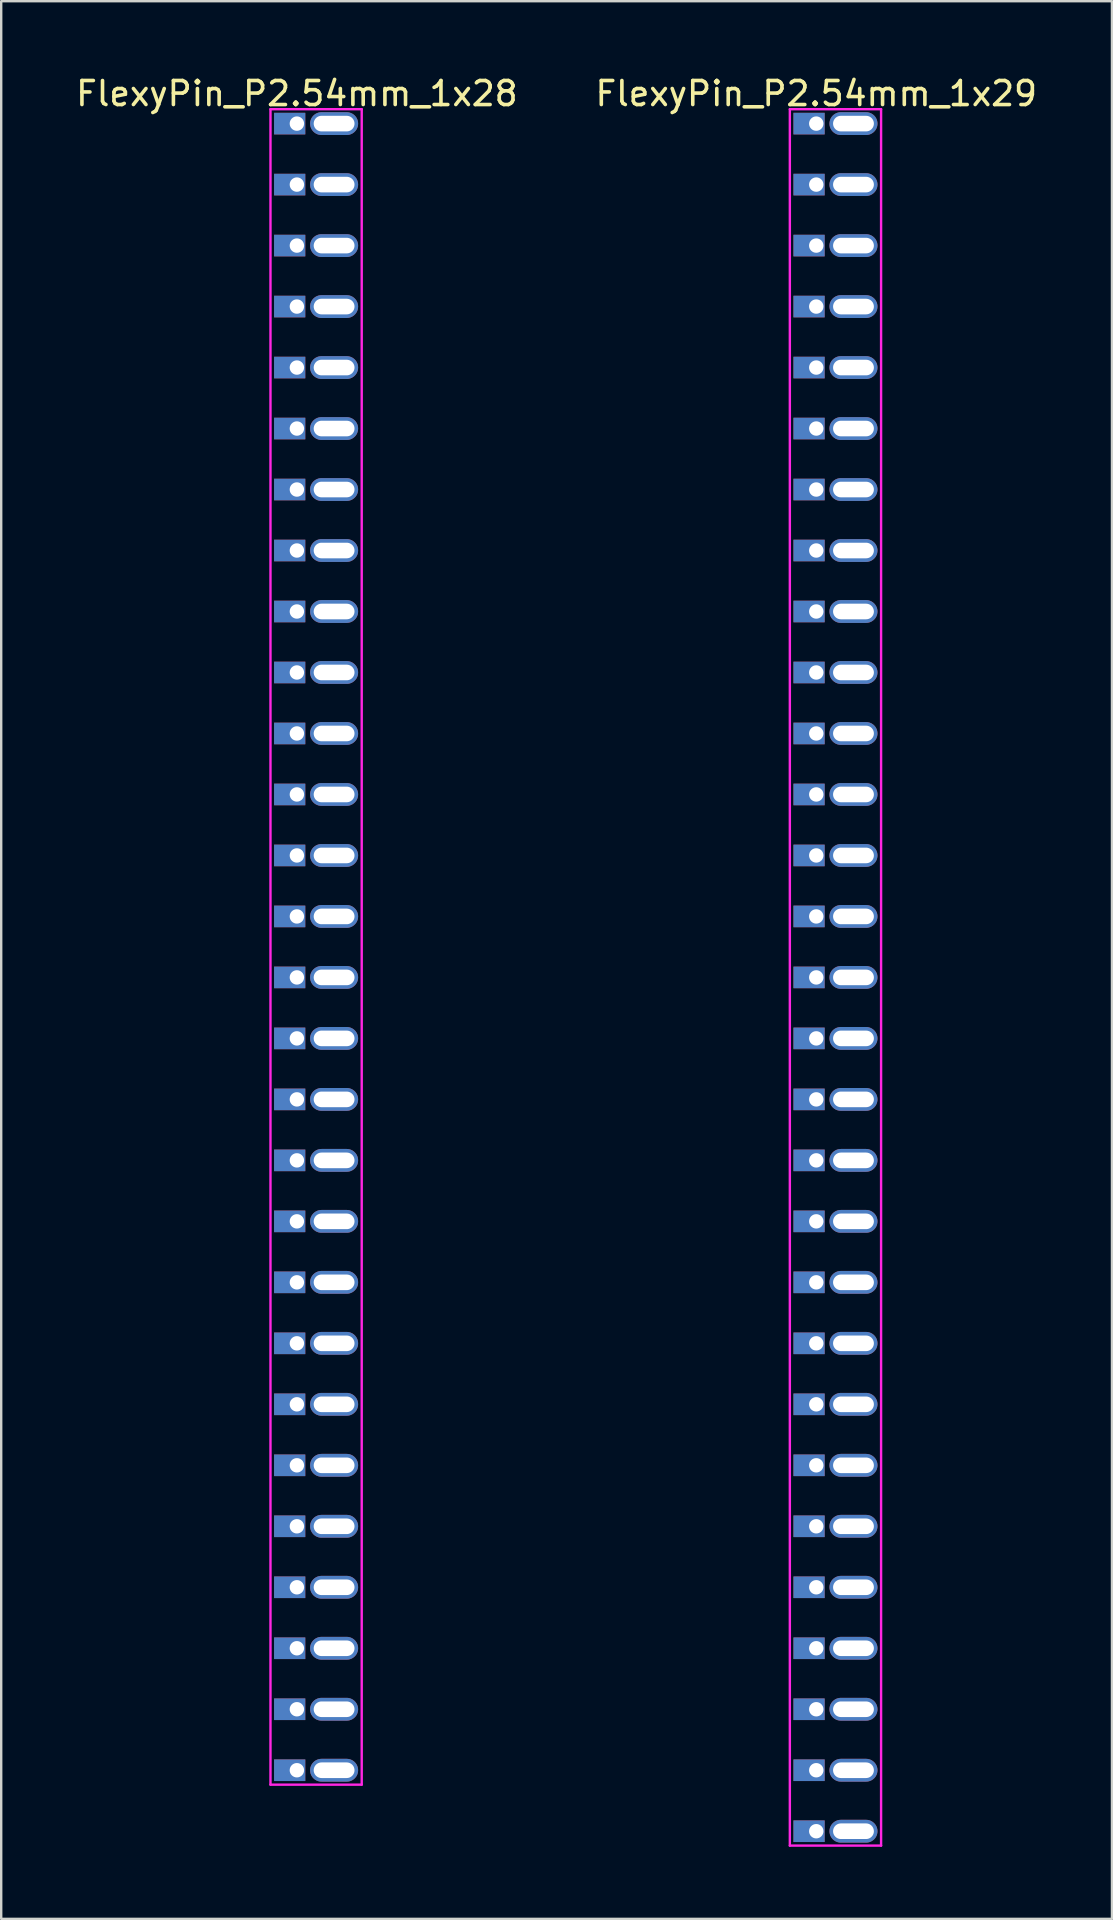
<source format=kicad_pcb>
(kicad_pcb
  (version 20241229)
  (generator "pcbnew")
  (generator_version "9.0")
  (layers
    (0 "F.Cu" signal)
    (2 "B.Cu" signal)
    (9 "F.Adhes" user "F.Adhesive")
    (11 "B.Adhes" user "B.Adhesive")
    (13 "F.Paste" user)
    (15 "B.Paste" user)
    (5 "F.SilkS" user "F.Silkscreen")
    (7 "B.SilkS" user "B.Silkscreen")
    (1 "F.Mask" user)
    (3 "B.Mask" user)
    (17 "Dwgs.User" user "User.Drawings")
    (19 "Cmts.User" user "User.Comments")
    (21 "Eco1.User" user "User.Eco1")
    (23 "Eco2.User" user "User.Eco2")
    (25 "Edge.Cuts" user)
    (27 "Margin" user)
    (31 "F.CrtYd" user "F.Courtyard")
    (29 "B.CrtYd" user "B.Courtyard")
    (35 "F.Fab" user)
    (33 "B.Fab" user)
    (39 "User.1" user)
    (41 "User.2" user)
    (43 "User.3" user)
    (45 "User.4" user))
  (footprint "FlexyPin_P2.54mm_1x29"
    (layer "F.Cu")
    (at 30.946 2.098)
    (property "Reference" "FlexyPin_P2.54mm_1x29" (at 0 -1.25 0) (layer "F.SilkS") (effects (font (size 1 1) (thickness 0.15))))
    (attr through_hole)
    (fp_line (start -1.1 -0.6) (end 2.7 -0.6) (stroke (width 0.1) (type solid)) (layer "F.CrtYd"))
    (fp_line (start -1.1 71.72) (end -1.1 -0.6) (stroke (width 0.1) (type solid)) (layer "F.CrtYd"))
    (fp_line (start 2.7 -0.6) (end 2.7 71.72) (stroke (width 0.1) (type solid)) (layer "F.CrtYd"))
    (fp_line (start 2.7 71.72) (end -1.1 71.72) (stroke (width 0.1) (type solid)) (layer "F.CrtYd"))
    (pad "" thru_hole oval (at 1.55 0) (size 2 0.95) (drill oval 1.7 0.65) (layers "*.Cu" "*.Mask"))
    (pad "" thru_hole oval (at 1.55 2.54) (size 2 0.95) (drill oval 1.7 0.65) (layers "*.Cu" "*.Mask"))
    (pad "" thru_hole oval (at 1.55 5.08) (size 2 0.95) (drill oval 1.7 0.65) (layers "*.Cu" "*.Mask"))
    (pad "" thru_hole oval (at 1.55 7.62) (size 2 0.95) (drill oval 1.7 0.65) (layers "*.Cu" "*.Mask"))
    (pad "" thru_hole oval (at 1.55 10.16) (size 2 0.95) (drill oval 1.7 0.65) (layers "*.Cu" "*.Mask"))
    (pad "" thru_hole oval (at 1.55 12.7) (size 2 0.95) (drill oval 1.7 0.65) (layers "*.Cu" "*.Mask"))
    (pad "" thru_hole oval (at 1.55 15.24) (size 2 0.95) (drill oval 1.7 0.65) (layers "*.Cu" "*.Mask"))
    (pad "" thru_hole oval (at 1.55 17.78) (size 2 0.95) (drill oval 1.7 0.65) (layers "*.Cu" "*.Mask"))
    (pad "" thru_hole oval (at 1.55 20.32) (size 2 0.95) (drill oval 1.7 0.65) (layers "*.Cu" "*.Mask"))
    (pad "" thru_hole oval (at 1.55 22.86) (size 2 0.95) (drill oval 1.7 0.65) (layers "*.Cu" "*.Mask"))
    (pad "" thru_hole oval (at 1.55 25.4) (size 2 0.95) (drill oval 1.7 0.65) (layers "*.Cu" "*.Mask"))
    (pad "" thru_hole oval (at 1.55 27.94) (size 2 0.95) (drill oval 1.7 0.65) (layers "*.Cu" "*.Mask"))
    (pad "" thru_hole oval (at 1.55 30.48) (size 2 0.95) (drill oval 1.7 0.65) (layers "*.Cu" "*.Mask"))
    (pad "" thru_hole oval (at 1.55 33.02) (size 2 0.95) (drill oval 1.7 0.65) (layers "*.Cu" "*.Mask"))
    (pad "" thru_hole oval (at 1.55 35.56) (size 2 0.95) (drill oval 1.7 0.65) (layers "*.Cu" "*.Mask"))
    (pad "" thru_hole oval (at 1.55 38.1) (size 2 0.95) (drill oval 1.7 0.65) (layers "*.Cu" "*.Mask"))
    (pad "" thru_hole oval (at 1.55 40.64) (size 2 0.95) (drill oval 1.7 0.65) (layers "*.Cu" "*.Mask"))
    (pad "" thru_hole oval (at 1.55 43.18) (size 2 0.95) (drill oval 1.7 0.65) (layers "*.Cu" "*.Mask"))
    (pad "" thru_hole oval (at 1.55 45.72) (size 2 0.95) (drill oval 1.7 0.65) (layers "*.Cu" "*.Mask"))
    (pad "" thru_hole oval (at 1.55 48.26) (size 2 0.95) (drill oval 1.7 0.65) (layers "*.Cu" "*.Mask"))
    (pad "" thru_hole oval (at 1.55 50.8) (size 2 0.95) (drill oval 1.7 0.65) (layers "*.Cu" "*.Mask"))
    (pad "" thru_hole oval (at 1.55 53.34) (size 2 0.95) (drill oval 1.7 0.65) (layers "*.Cu" "*.Mask"))
    (pad "" thru_hole oval (at 1.55 55.88) (size 2 0.95) (drill oval 1.7 0.65) (layers "*.Cu" "*.Mask"))
    (pad "" thru_hole oval (at 1.55 58.42) (size 2 0.95) (drill oval 1.7 0.65) (layers "*.Cu" "*.Mask"))
    (pad "" thru_hole oval (at 1.55 60.96) (size 2 0.95) (drill oval 1.7 0.65) (layers "*.Cu" "*.Mask"))
    (pad "" thru_hole oval (at 1.55 63.5) (size 2 0.95) (drill oval 1.7 0.65) (layers "*.Cu" "*.Mask"))
    (pad "" thru_hole oval (at 1.55 66.04) (size 2 0.95) (drill oval 1.7 0.65) (layers "*.Cu" "*.Mask"))
    (pad "" thru_hole oval (at 1.55 68.58) (size 2 0.95) (drill oval 1.7 0.65) (layers "*.Cu" "*.Mask"))
    (pad "" thru_hole oval (at 1.55 71.12) (size 2 0.95) (drill oval 1.7 0.65) (layers "*.Cu" "*.Mask"))
    (pad "1" thru_hole rect (at 0 0) (size 1.3 0.9) (drill 0.6 (offset -0.3 0)) (layers "*.Cu" "*.Mask"))
    (pad "2" thru_hole rect (at 0 2.54) (size 1.3 0.9) (drill 0.6 (offset -0.3 0)) (layers "*.Cu" "*.Mask"))
    (pad "3" thru_hole rect (at 0 5.08) (size 1.3 0.9) (drill 0.6 (offset -0.3 0)) (layers "*.Cu" "*.Mask"))
    (pad "4" thru_hole rect (at 0 7.62) (size 1.3 0.9) (drill 0.6 (offset -0.3 0)) (layers "*.Cu" "*.Mask"))
    (pad "5" thru_hole rect (at 0 10.16) (size 1.3 0.9) (drill 0.6 (offset -0.3 0)) (layers "*.Cu" "*.Mask"))
    (pad "6" thru_hole rect (at 0 12.7) (size 1.3 0.9) (drill 0.6 (offset -0.3 0)) (layers "*.Cu" "*.Mask"))
    (pad "7" thru_hole rect (at 0 15.24) (size 1.3 0.9) (drill 0.6 (offset -0.3 0)) (layers "*.Cu" "*.Mask"))
    (pad "8" thru_hole rect (at 0 17.78) (size 1.3 0.9) (drill 0.6 (offset -0.3 0)) (layers "*.Cu" "*.Mask"))
    (pad "9" thru_hole rect (at 0 20.32) (size 1.3 0.9) (drill 0.6 (offset -0.3 0)) (layers "*.Cu" "*.Mask"))
    (pad "10" thru_hole rect (at 0 22.86) (size 1.3 0.9) (drill 0.6 (offset -0.3 0)) (layers "*.Cu" "*.Mask"))
    (pad "11" thru_hole rect (at 0 25.4) (size 1.3 0.9) (drill 0.6 (offset -0.3 0)) (layers "*.Cu" "*.Mask"))
    (pad "12" thru_hole rect (at 0 27.94) (size 1.3 0.9) (drill 0.6 (offset -0.3 0)) (layers "*.Cu" "*.Mask"))
    (pad "13" thru_hole rect (at 0 30.48) (size 1.3 0.9) (drill 0.6 (offset -0.3 0)) (layers "*.Cu" "*.Mask"))
    (pad "14" thru_hole rect (at 0 33.02) (size 1.3 0.9) (drill 0.6 (offset -0.3 0)) (layers "*.Cu" "*.Mask"))
    (pad "15" thru_hole rect (at 0 35.56) (size 1.3 0.9) (drill 0.6 (offset -0.3 0)) (layers "*.Cu" "*.Mask"))
    (pad "16" thru_hole rect (at 0 38.1) (size 1.3 0.9) (drill 0.6 (offset -0.3 0)) (layers "*.Cu" "*.Mask"))
    (pad "17" thru_hole rect (at 0 40.64) (size 1.3 0.9) (drill 0.6 (offset -0.3 0)) (layers "*.Cu" "*.Mask"))
    (pad "18" thru_hole rect (at 0 43.18) (size 1.3 0.9) (drill 0.6 (offset -0.3 0)) (layers "*.Cu" "*.Mask"))
    (pad "19" thru_hole rect (at 0 45.72) (size 1.3 0.9) (drill 0.6 (offset -0.3 0)) (layers "*.Cu" "*.Mask"))
    (pad "20" thru_hole rect (at 0 48.26) (size 1.3 0.9) (drill 0.6 (offset -0.3 0)) (layers "*.Cu" "*.Mask"))
    (pad "21" thru_hole rect (at 0 50.8) (size 1.3 0.9) (drill 0.6 (offset -0.3 0)) (layers "*.Cu" "*.Mask"))
    (pad "22" thru_hole rect (at 0 53.34) (size 1.3 0.9) (drill 0.6 (offset -0.3 0)) (layers "*.Cu" "*.Mask"))
    (pad "23" thru_hole rect (at 0 55.88) (size 1.3 0.9) (drill 0.6 (offset -0.3 0)) (layers "*.Cu" "*.Mask"))
    (pad "24" thru_hole rect (at 0 58.42) (size 1.3 0.9) (drill 0.6 (offset -0.3 0)) (layers "*.Cu" "*.Mask"))
    (pad "25" thru_hole rect (at 0 60.96) (size 1.3 0.9) (drill 0.6 (offset -0.3 0)) (layers "*.Cu" "*.Mask"))
    (pad "26" thru_hole rect (at 0 63.5) (size 1.3 0.9) (drill 0.6 (offset -0.3 0)) (layers "*.Cu" "*.Mask"))
    (pad "27" thru_hole rect (at 0 66.04) (size 1.3 0.9) (drill 0.6 (offset -0.3 0)) (layers "*.Cu" "*.Mask"))
    (pad "28" thru_hole rect (at 0 68.58) (size 1.3 0.9) (drill 0.6 (offset -0.3 0)) (layers "*.Cu" "*.Mask"))
    (pad "29" thru_hole rect (at 0 71.12) (size 1.3 0.9) (drill 0.6 (offset -0.3 0)) (layers "*.Cu" "*.Mask")))
  (footprint "FlexyPin_P2.54mm_1x28"
    (layer "F.Cu")
    (at 9.315 2.098)
    (property "Reference" "FlexyPin_P2.54mm_1x28" (at 0 -1.25 0) (layer "F.SilkS") (effects (font (size 1 1) (thickness 0.15))))
    (attr through_hole)
    (fp_line (start -1.1 -0.6) (end 2.7 -0.6) (stroke (width 0.1) (type solid)) (layer "F.CrtYd"))
    (fp_line (start -1.1 69.18) (end -1.1 -0.6) (stroke (width 0.1) (type solid)) (layer "F.CrtYd"))
    (fp_line (start 2.7 -0.6) (end 2.7 69.18) (stroke (width 0.1) (type solid)) (layer "F.CrtYd"))
    (fp_line (start 2.7 69.18) (end -1.1 69.18) (stroke (width 0.1) (type solid)) (layer "F.CrtYd"))
    (pad "" thru_hole oval (at 1.55 0) (size 2 0.95) (drill oval 1.7 0.65) (layers "*.Cu" "*.Mask"))
    (pad "" thru_hole oval (at 1.55 2.54) (size 2 0.95) (drill oval 1.7 0.65) (layers "*.Cu" "*.Mask"))
    (pad "" thru_hole oval (at 1.55 5.08) (size 2 0.95) (drill oval 1.7 0.65) (layers "*.Cu" "*.Mask"))
    (pad "" thru_hole oval (at 1.55 7.62) (size 2 0.95) (drill oval 1.7 0.65) (layers "*.Cu" "*.Mask"))
    (pad "" thru_hole oval (at 1.55 10.16) (size 2 0.95) (drill oval 1.7 0.65) (layers "*.Cu" "*.Mask"))
    (pad "" thru_hole oval (at 1.55 12.7) (size 2 0.95) (drill oval 1.7 0.65) (layers "*.Cu" "*.Mask"))
    (pad "" thru_hole oval (at 1.55 15.24) (size 2 0.95) (drill oval 1.7 0.65) (layers "*.Cu" "*.Mask"))
    (pad "" thru_hole oval (at 1.55 17.78) (size 2 0.95) (drill oval 1.7 0.65) (layers "*.Cu" "*.Mask"))
    (pad "" thru_hole oval (at 1.55 20.32) (size 2 0.95) (drill oval 1.7 0.65) (layers "*.Cu" "*.Mask"))
    (pad "" thru_hole oval (at 1.55 22.86) (size 2 0.95) (drill oval 1.7 0.65) (layers "*.Cu" "*.Mask"))
    (pad "" thru_hole oval (at 1.55 25.4) (size 2 0.95) (drill oval 1.7 0.65) (layers "*.Cu" "*.Mask"))
    (pad "" thru_hole oval (at 1.55 27.94) (size 2 0.95) (drill oval 1.7 0.65) (layers "*.Cu" "*.Mask"))
    (pad "" thru_hole oval (at 1.55 30.48) (size 2 0.95) (drill oval 1.7 0.65) (layers "*.Cu" "*.Mask"))
    (pad "" thru_hole oval (at 1.55 33.02) (size 2 0.95) (drill oval 1.7 0.65) (layers "*.Cu" "*.Mask"))
    (pad "" thru_hole oval (at 1.55 35.56) (size 2 0.95) (drill oval 1.7 0.65) (layers "*.Cu" "*.Mask"))
    (pad "" thru_hole oval (at 1.55 38.1) (size 2 0.95) (drill oval 1.7 0.65) (layers "*.Cu" "*.Mask"))
    (pad "" thru_hole oval (at 1.55 40.64) (size 2 0.95) (drill oval 1.7 0.65) (layers "*.Cu" "*.Mask"))
    (pad "" thru_hole oval (at 1.55 43.18) (size 2 0.95) (drill oval 1.7 0.65) (layers "*.Cu" "*.Mask"))
    (pad "" thru_hole oval (at 1.55 45.72) (size 2 0.95) (drill oval 1.7 0.65) (layers "*.Cu" "*.Mask"))
    (pad "" thru_hole oval (at 1.55 48.26) (size 2 0.95) (drill oval 1.7 0.65) (layers "*.Cu" "*.Mask"))
    (pad "" thru_hole oval (at 1.55 50.8) (size 2 0.95) (drill oval 1.7 0.65) (layers "*.Cu" "*.Mask"))
    (pad "" thru_hole oval (at 1.55 53.34) (size 2 0.95) (drill oval 1.7 0.65) (layers "*.Cu" "*.Mask"))
    (pad "" thru_hole oval (at 1.55 55.88) (size 2 0.95) (drill oval 1.7 0.65) (layers "*.Cu" "*.Mask"))
    (pad "" thru_hole oval (at 1.55 58.42) (size 2 0.95) (drill oval 1.7 0.65) (layers "*.Cu" "*.Mask"))
    (pad "" thru_hole oval (at 1.55 60.96) (size 2 0.95) (drill oval 1.7 0.65) (layers "*.Cu" "*.Mask"))
    (pad "" thru_hole oval (at 1.55 63.5) (size 2 0.95) (drill oval 1.7 0.65) (layers "*.Cu" "*.Mask"))
    (pad "" thru_hole oval (at 1.55 66.04) (size 2 0.95) (drill oval 1.7 0.65) (layers "*.Cu" "*.Mask"))
    (pad "" thru_hole oval (at 1.55 68.58) (size 2 0.95) (drill oval 1.7 0.65) (layers "*.Cu" "*.Mask"))
    (pad "1" thru_hole rect (at 0 0) (size 1.3 0.9) (drill 0.6 (offset -0.3 0)) (layers "*.Cu" "*.Mask"))
    (pad "2" thru_hole rect (at 0 2.54) (size 1.3 0.9) (drill 0.6 (offset -0.3 0)) (layers "*.Cu" "*.Mask"))
    (pad "3" thru_hole rect (at 0 5.08) (size 1.3 0.9) (drill 0.6 (offset -0.3 0)) (layers "*.Cu" "*.Mask"))
    (pad "4" thru_hole rect (at 0 7.62) (size 1.3 0.9) (drill 0.6 (offset -0.3 0)) (layers "*.Cu" "*.Mask"))
    (pad "5" thru_hole rect (at 0 10.16) (size 1.3 0.9) (drill 0.6 (offset -0.3 0)) (layers "*.Cu" "*.Mask"))
    (pad "6" thru_hole rect (at 0 12.7) (size 1.3 0.9) (drill 0.6 (offset -0.3 0)) (layers "*.Cu" "*.Mask"))
    (pad "7" thru_hole rect (at 0 15.24) (size 1.3 0.9) (drill 0.6 (offset -0.3 0)) (layers "*.Cu" "*.Mask"))
    (pad "8" thru_hole rect (at 0 17.78) (size 1.3 0.9) (drill 0.6 (offset -0.3 0)) (layers "*.Cu" "*.Mask"))
    (pad "9" thru_hole rect (at 0 20.32) (size 1.3 0.9) (drill 0.6 (offset -0.3 0)) (layers "*.Cu" "*.Mask"))
    (pad "10" thru_hole rect (at 0 22.86) (size 1.3 0.9) (drill 0.6 (offset -0.3 0)) (layers "*.Cu" "*.Mask"))
    (pad "11" thru_hole rect (at 0 25.4) (size 1.3 0.9) (drill 0.6 (offset -0.3 0)) (layers "*.Cu" "*.Mask"))
    (pad "12" thru_hole rect (at 0 27.94) (size 1.3 0.9) (drill 0.6 (offset -0.3 0)) (layers "*.Cu" "*.Mask"))
    (pad "13" thru_hole rect (at 0 30.48) (size 1.3 0.9) (drill 0.6 (offset -0.3 0)) (layers "*.Cu" "*.Mask"))
    (pad "14" thru_hole rect (at 0 33.02) (size 1.3 0.9) (drill 0.6 (offset -0.3 0)) (layers "*.Cu" "*.Mask"))
    (pad "15" thru_hole rect (at 0 35.56) (size 1.3 0.9) (drill 0.6 (offset -0.3 0)) (layers "*.Cu" "*.Mask"))
    (pad "16" thru_hole rect (at 0 38.1) (size 1.3 0.9) (drill 0.6 (offset -0.3 0)) (layers "*.Cu" "*.Mask"))
    (pad "17" thru_hole rect (at 0 40.64) (size 1.3 0.9) (drill 0.6 (offset -0.3 0)) (layers "*.Cu" "*.Mask"))
    (pad "18" thru_hole rect (at 0 43.18) (size 1.3 0.9) (drill 0.6 (offset -0.3 0)) (layers "*.Cu" "*.Mask"))
    (pad "19" thru_hole rect (at 0 45.72) (size 1.3 0.9) (drill 0.6 (offset -0.3 0)) (layers "*.Cu" "*.Mask"))
    (pad "20" thru_hole rect (at 0 48.26) (size 1.3 0.9) (drill 0.6 (offset -0.3 0)) (layers "*.Cu" "*.Mask"))
    (pad "21" thru_hole rect (at 0 50.8) (size 1.3 0.9) (drill 0.6 (offset -0.3 0)) (layers "*.Cu" "*.Mask"))
    (pad "22" thru_hole rect (at 0 53.34) (size 1.3 0.9) (drill 0.6 (offset -0.3 0)) (layers "*.Cu" "*.Mask"))
    (pad "23" thru_hole rect (at 0 55.88) (size 1.3 0.9) (drill 0.6 (offset -0.3 0)) (layers "*.Cu" "*.Mask"))
    (pad "24" thru_hole rect (at 0 58.42) (size 1.3 0.9) (drill 0.6 (offset -0.3 0)) (layers "*.Cu" "*.Mask"))
    (pad "25" thru_hole rect (at 0 60.96) (size 1.3 0.9) (drill 0.6 (offset -0.3 0)) (layers "*.Cu" "*.Mask"))
    (pad "26" thru_hole rect (at 0 63.5) (size 1.3 0.9) (drill 0.6 (offset -0.3 0)) (layers "*.Cu" "*.Mask"))
    (pad "27" thru_hole rect (at 0 66.04) (size 1.3 0.9) (drill 0.6 (offset -0.3 0)) (layers "*.Cu" "*.Mask"))
    (pad "28" thru_hole rect (at 0 68.58) (size 1.3 0.9) (drill 0.6 (offset -0.3 0)) (layers "*.Cu" "*.Mask")))
  (gr_rect
    (start -3 -3)
    (end 43.262 76.868)
    (stroke (width 0.1) (type default))
    (fill no)
    (layer "Edge.Cuts")))
</source>
